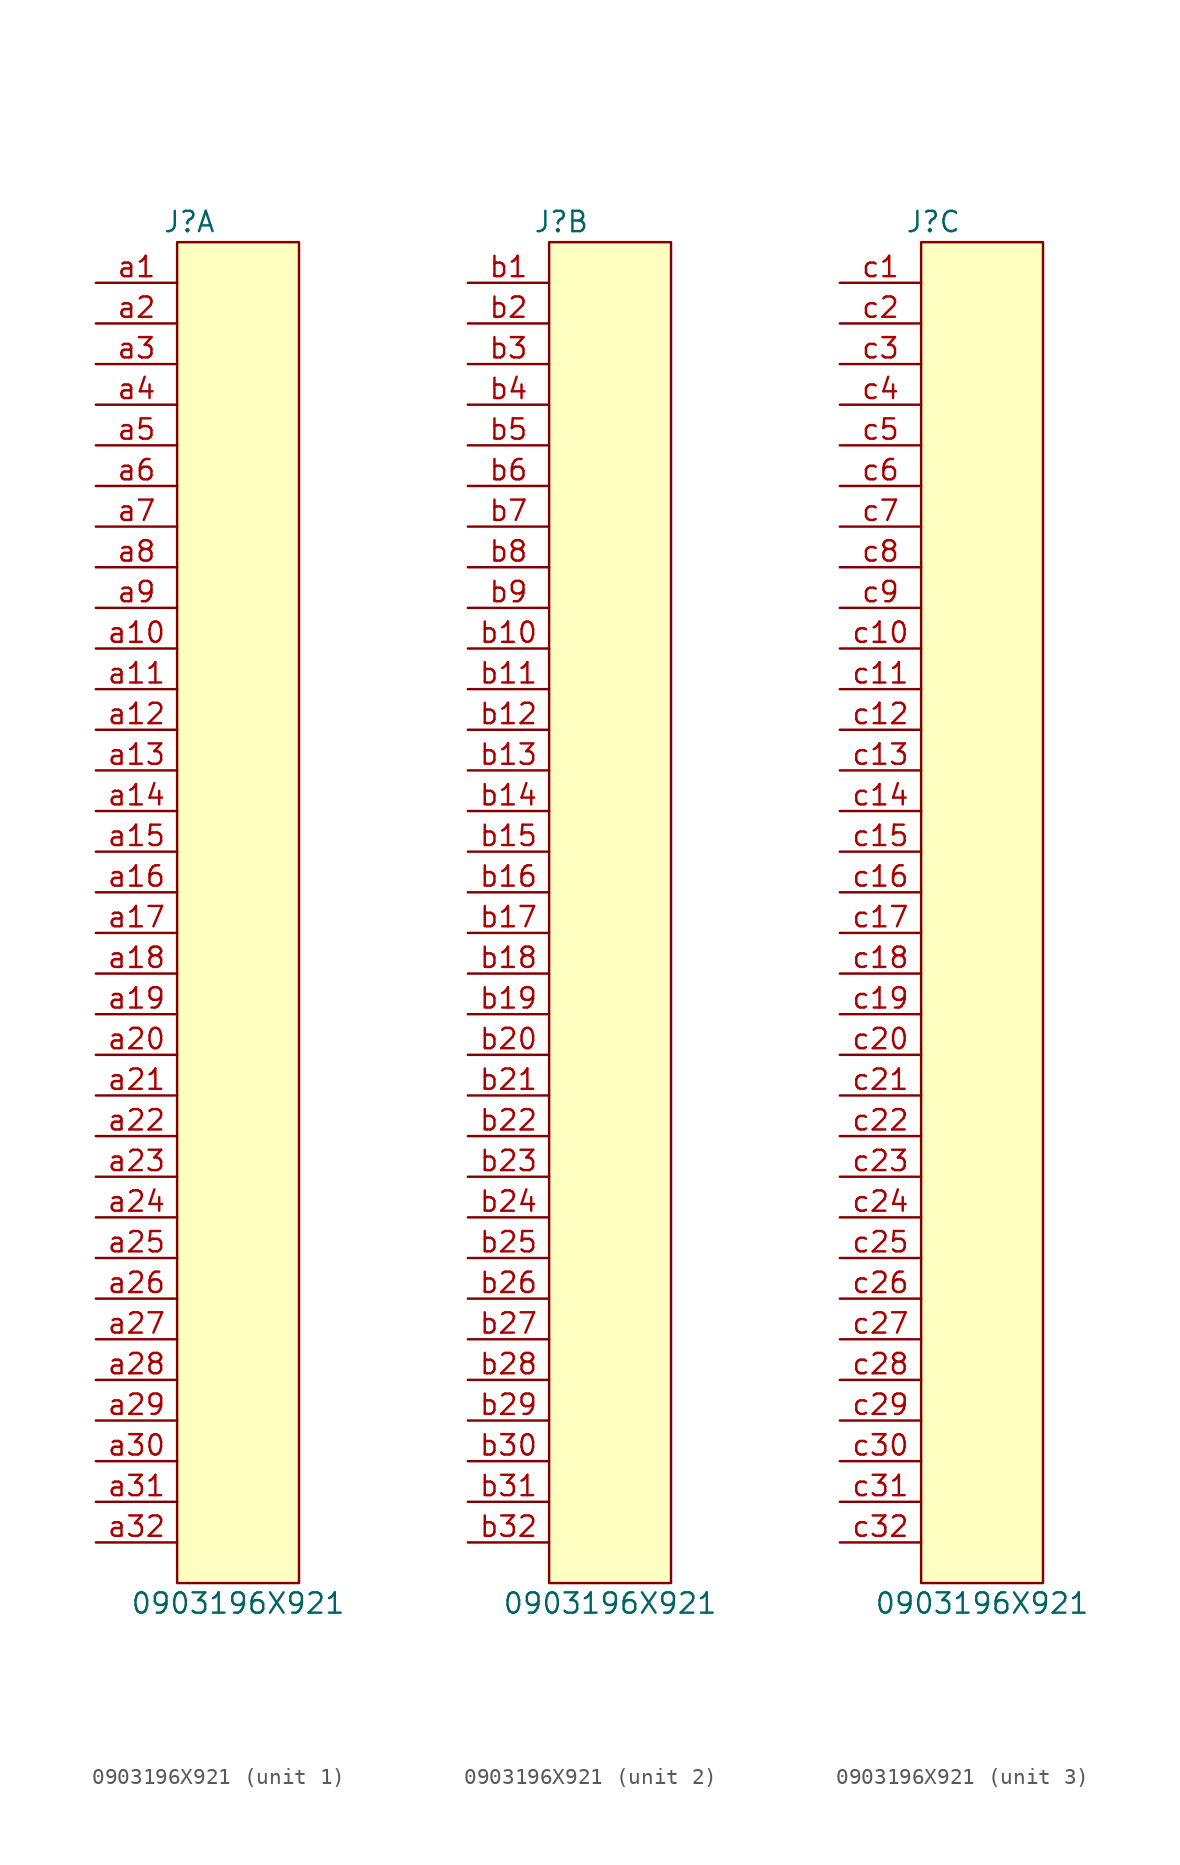
<source format=kicad_sym>
(kicad_symbol_lib
  (version 20241209)
  (generator "kicad_symbol_editor")
  (generator_version "9.0")
  (symbol "0903196X921"
    (pin_names
      (hide yes))
    (property "Reference" "J"
      (at 0.762 1.27 0)
      (effects (font (size 1.27 1.27))))
    (property "Value" "0903196X921"
      (at 3.81 -85.09 0)
      (effects (font (size 1.27 1.27))))
    (property "ki_locked" ""
      (at 0 0 0)
      (effects (font (size 1.27 1.27))))
    (symbol "0903196X921_0_1"
      (rectangle (start 0 0) (end 7.62 -83.82) (stroke (width 0) (type solid)) (fill (type background))))
    (symbol "0903196X921_1_0"
      (pin passive line (at -5.08 -2.54 0) (length 5.08) (name "a1" (effects (font (size 1.27 1.27)))) (number "a1" (effects (font (size 1.27 1.27)))))
      (pin passive line (at -5.08 -5.08 0) (length 5.08) (name "a2" (effects (font (size 1.27 1.27)))) (number "a2" (effects (font (size 1.27 1.27)))))
      (pin passive line (at -5.08 -7.62 0) (length 5.08) (name "a3" (effects (font (size 1.27 1.27)))) (number "a3" (effects (font (size 1.27 1.27)))))
      (pin passive line (at -5.08 -10.16 0) (length 5.08) (name "a4" (effects (font (size 1.27 1.27)))) (number "a4" (effects (font (size 1.27 1.27)))))
      (pin passive line (at -5.08 -12.7 0) (length 5.08) (name "a5" (effects (font (size 1.27 1.27)))) (number "a5" (effects (font (size 1.27 1.27)))))
      (pin passive line (at -5.08 -15.24 0) (length 5.08) (name "a6" (effects (font (size 1.27 1.27)))) (number "a6" (effects (font (size 1.27 1.27)))))
      (pin passive line (at -5.08 -17.78 0) (length 5.08) (name "a7" (effects (font (size 1.27 1.27)))) (number "a7" (effects (font (size 1.27 1.27)))))
      (pin passive line (at -5.08 -20.32 0) (length 5.08) (name "a8" (effects (font (size 1.27 1.27)))) (number "a8" (effects (font (size 1.27 1.27)))))
      (pin passive line (at -5.08 -22.86 0) (length 5.08) (name "a9" (effects (font (size 1.27 1.27)))) (number "a9" (effects (font (size 1.27 1.27)))))
      (pin passive line (at -5.08 -25.4 0) (length 5.08) (name "a10" (effects (font (size 1.27 1.27)))) (number "a10" (effects (font (size 1.27 1.27)))))
      (pin passive line (at -5.08 -27.94 0) (length 5.08) (name "a11" (effects (font (size 1.27 1.27)))) (number "a11" (effects (font (size 1.27 1.27)))))
      (pin passive line (at -5.08 -30.48 0) (length 5.08) (name "a12" (effects (font (size 1.27 1.27)))) (number "a12" (effects (font (size 1.27 1.27)))))
      (pin passive line (at -5.08 -33.02 0) (length 5.08) (name "a13" (effects (font (size 1.27 1.27)))) (number "a13" (effects (font (size 1.27 1.27)))))
      (pin passive line (at -5.08 -35.56 0) (length 5.08) (name "a14" (effects (font (size 1.27 1.27)))) (number "a14" (effects (font (size 1.27 1.27)))))
      (pin passive line (at -5.08 -38.1 0) (length 5.08) (name "a15" (effects (font (size 1.27 1.27)))) (number "a15" (effects (font (size 1.27 1.27)))))
      (pin passive line (at -5.08 -40.64 0) (length 5.08) (name "a16" (effects (font (size 1.27 1.27)))) (number "a16" (effects (font (size 1.27 1.27)))))
      (pin passive line (at -5.08 -43.18 0) (length 5.08) (name "a17" (effects (font (size 1.27 1.27)))) (number "a17" (effects (font (size 1.27 1.27)))))
      (pin passive line (at -5.08 -45.72 0) (length 5.08) (name "a18" (effects (font (size 1.27 1.27)))) (number "a18" (effects (font (size 1.27 1.27)))))
      (pin passive line (at -5.08 -48.26 0) (length 5.08) (name "a19" (effects (font (size 1.27 1.27)))) (number "a19" (effects (font (size 1.27 1.27)))))
      (pin passive line (at -5.08 -50.8 0) (length 5.08) (name "a20" (effects (font (size 1.27 1.27)))) (number "a20" (effects (font (size 1.27 1.27)))))
      (pin passive line (at -5.08 -53.34 0) (length 5.08) (name "a21" (effects (font (size 1.27 1.27)))) (number "a21" (effects (font (size 1.27 1.27)))))
      (pin passive line (at -5.08 -55.88 0) (length 5.08) (name "a22" (effects (font (size 1.27 1.27)))) (number "a22" (effects (font (size 1.27 1.27)))))
      (pin passive line (at -5.08 -58.42 0) (length 5.08) (name "a23" (effects (font (size 1.27 1.27)))) (number "a23" (effects (font (size 1.27 1.27)))))
      (pin passive line (at -5.08 -60.96 0) (length 5.08) (name "a24" (effects (font (size 1.27 1.27)))) (number "a24" (effects (font (size 1.27 1.27)))))
      (pin passive line (at -5.08 -63.5 0) (length 5.08) (name "a25" (effects (font (size 1.27 1.27)))) (number "a25" (effects (font (size 1.27 1.27)))))
      (pin passive line (at -5.08 -66.04 0) (length 5.08) (name "a26" (effects (font (size 1.27 1.27)))) (number "a26" (effects (font (size 1.27 1.27)))))
      (pin passive line (at -5.08 -68.58 0) (length 5.08) (name "a27" (effects (font (size 1.27 1.27)))) (number "a27" (effects (font (size 1.27 1.27)))))
      (pin passive line (at -5.08 -71.12 0) (length 5.08) (name "a28" (effects (font (size 1.27 1.27)))) (number "a28" (effects (font (size 1.27 1.27)))))
      (pin passive line (at -5.08 -73.66 0) (length 5.08) (name "a29" (effects (font (size 1.27 1.27)))) (number "a29" (effects (font (size 1.27 1.27)))))
      (pin passive line (at -5.08 -76.2 0) (length 5.08) (name "a30" (effects (font (size 1.27 1.27)))) (number "a30" (effects (font (size 1.27 1.27)))))
      (pin passive line (at -5.08 -78.74 0) (length 5.08) (name "a31" (effects (font (size 1.27 1.27)))) (number "a31" (effects (font (size 1.27 1.27)))))
      (pin passive line (at -5.08 -81.28 0) (length 5.08) (name "a32" (effects (font (size 1.27 1.27)))) (number "a32" (effects (font (size 1.27 1.27))))))
    (symbol "0903196X921_2_0"
      (pin passive line (at -5.08 -2.54 0) (length 5.08) (name "b1" (effects (font (size 1.27 1.27)))) (number "b1" (effects (font (size 1.27 1.27)))))
      (pin passive line (at -5.08 -5.08 0) (length 5.08) (name "b2" (effects (font (size 1.27 1.27)))) (number "b2" (effects (font (size 1.27 1.27)))))
      (pin passive line (at -5.08 -7.62 0) (length 5.08) (name "b3" (effects (font (size 1.27 1.27)))) (number "b3" (effects (font (size 1.27 1.27)))))
      (pin passive line (at -5.08 -10.16 0) (length 5.08) (name "b4" (effects (font (size 1.27 1.27)))) (number "b4" (effects (font (size 1.27 1.27)))))
      (pin passive line (at -5.08 -12.7 0) (length 5.08) (name "b5" (effects (font (size 1.27 1.27)))) (number "b5" (effects (font (size 1.27 1.27)))))
      (pin passive line (at -5.08 -15.24 0) (length 5.08) (name "b6" (effects (font (size 1.27 1.27)))) (number "b6" (effects (font (size 1.27 1.27)))))
      (pin passive line (at -5.08 -17.78 0) (length 5.08) (name "b7" (effects (font (size 1.27 1.27)))) (number "b7" (effects (font (size 1.27 1.27)))))
      (pin passive line (at -5.08 -20.32 0) (length 5.08) (name "b8" (effects (font (size 1.27 1.27)))) (number "b8" (effects (font (size 1.27 1.27)))))
      (pin passive line (at -5.08 -22.86 0) (length 5.08) (name "b9" (effects (font (size 1.27 1.27)))) (number "b9" (effects (font (size 1.27 1.27)))))
      (pin passive line (at -5.08 -25.4 0) (length 5.08) (name "b10" (effects (font (size 1.27 1.27)))) (number "b10" (effects (font (size 1.27 1.27)))))
      (pin passive line (at -5.08 -27.94 0) (length 5.08) (name "b11" (effects (font (size 1.27 1.27)))) (number "b11" (effects (font (size 1.27 1.27)))))
      (pin passive line (at -5.08 -30.48 0) (length 5.08) (name "b12" (effects (font (size 1.27 1.27)))) (number "b12" (effects (font (size 1.27 1.27)))))
      (pin passive line (at -5.08 -33.02 0) (length 5.08) (name "b13" (effects (font (size 1.27 1.27)))) (number "b13" (effects (font (size 1.27 1.27)))))
      (pin passive line (at -5.08 -35.56 0) (length 5.08) (name "b14" (effects (font (size 1.27 1.27)))) (number "b14" (effects (font (size 1.27 1.27)))))
      (pin passive line (at -5.08 -38.1 0) (length 5.08) (name "b15" (effects (font (size 1.27 1.27)))) (number "b15" (effects (font (size 1.27 1.27)))))
      (pin passive line (at -5.08 -40.64 0) (length 5.08) (name "b16" (effects (font (size 1.27 1.27)))) (number "b16" (effects (font (size 1.27 1.27)))))
      (pin passive line (at -5.08 -43.18 0) (length 5.08) (name "b17" (effects (font (size 1.27 1.27)))) (number "b17" (effects (font (size 1.27 1.27)))))
      (pin passive line (at -5.08 -45.72 0) (length 5.08) (name "b18" (effects (font (size 1.27 1.27)))) (number "b18" (effects (font (size 1.27 1.27)))))
      (pin passive line (at -5.08 -48.26 0) (length 5.08) (name "b19" (effects (font (size 1.27 1.27)))) (number "b19" (effects (font (size 1.27 1.27)))))
      (pin passive line (at -5.08 -50.8 0) (length 5.08) (name "b20" (effects (font (size 1.27 1.27)))) (number "b20" (effects (font (size 1.27 1.27)))))
      (pin passive line (at -5.08 -53.34 0) (length 5.08) (name "b21" (effects (font (size 1.27 1.27)))) (number "b21" (effects (font (size 1.27 1.27)))))
      (pin passive line (at -5.08 -55.88 0) (length 5.08) (name "b22" (effects (font (size 1.27 1.27)))) (number "b22" (effects (font (size 1.27 1.27)))))
      (pin passive line (at -5.08 -58.42 0) (length 5.08) (name "b23" (effects (font (size 1.27 1.27)))) (number "b23" (effects (font (size 1.27 1.27)))))
      (pin passive line (at -5.08 -60.96 0) (length 5.08) (name "b24" (effects (font (size 1.27 1.27)))) (number "b24" (effects (font (size 1.27 1.27)))))
      (pin passive line (at -5.08 -63.5 0) (length 5.08) (name "b25" (effects (font (size 1.27 1.27)))) (number "b25" (effects (font (size 1.27 1.27)))))
      (pin passive line (at -5.08 -66.04 0) (length 5.08) (name "b26" (effects (font (size 1.27 1.27)))) (number "b26" (effects (font (size 1.27 1.27)))))
      (pin passive line (at -5.08 -68.58 0) (length 5.08) (name "b26" (effects (font (size 1.27 1.27)))) (number "b27" (effects (font (size 1.27 1.27)))))
      (pin passive line (at -5.08 -71.12 0) (length 5.08) (name "b28" (effects (font (size 1.27 1.27)))) (number "b28" (effects (font (size 1.27 1.27)))))
      (pin passive line (at -5.08 -73.66 0) (length 5.08) (name "b29" (effects (font (size 1.27 1.27)))) (number "b29" (effects (font (size 1.27 1.27)))))
      (pin passive line (at -5.08 -76.2 0) (length 5.08) (name "b30" (effects (font (size 1.27 1.27)))) (number "b30" (effects (font (size 1.27 1.27)))))
      (pin passive line (at -5.08 -78.74 0) (length 5.08) (name "b31" (effects (font (size 1.27 1.27)))) (number "b31" (effects (font (size 1.27 1.27)))))
      (pin passive line (at -5.08 -81.28 0) (length 5.08) (name "b32" (effects (font (size 1.27 1.27)))) (number "b32" (effects (font (size 1.27 1.27))))))
    (symbol "0903196X921_3_0"
      (pin passive line (at -5.08 -2.54 0) (length 5.08) (name "c1" (effects (font (size 1.27 1.27)))) (number "c1" (effects (font (size 1.27 1.27)))))
      (pin passive line (at -5.08 -5.08 0) (length 5.08) (name "c2" (effects (font (size 1.27 1.27)))) (number "c2" (effects (font (size 1.27 1.27)))))
      (pin passive line (at -5.08 -7.62 0) (length 5.08) (name "c3" (effects (font (size 1.27 1.27)))) (number "c3" (effects (font (size 1.27 1.27)))))
      (pin passive line (at -5.08 -10.16 0) (length 5.08) (name "c4" (effects (font (size 1.27 1.27)))) (number "c4" (effects (font (size 1.27 1.27)))))
      (pin passive line (at -5.08 -12.7 0) (length 5.08) (name "c5" (effects (font (size 1.27 1.27)))) (number "c5" (effects (font (size 1.27 1.27)))))
      (pin passive line (at -5.08 -15.24 0) (length 5.08) (name "c6" (effects (font (size 1.27 1.27)))) (number "c6" (effects (font (size 1.27 1.27)))))
      (pin passive line (at -5.08 -17.78 0) (length 5.08) (name "c7" (effects (font (size 1.27 1.27)))) (number "c7" (effects (font (size 1.27 1.27)))))
      (pin passive line (at -5.08 -20.32 0) (length 5.08) (name "c8" (effects (font (size 1.27 1.27)))) (number "c8" (effects (font (size 1.27 1.27)))))
      (pin passive line (at -5.08 -22.86 0) (length 5.08) (name "c9" (effects (font (size 1.27 1.27)))) (number "c9" (effects (font (size 1.27 1.27)))))
      (pin passive line (at -5.08 -25.4 0) (length 5.08) (name "c10" (effects (font (size 1.27 1.27)))) (number "c10" (effects (font (size 1.27 1.27)))))
      (pin passive line (at -5.08 -27.94 0) (length 5.08) (name "c11" (effects (font (size 1.27 1.27)))) (number "c11" (effects (font (size 1.27 1.27)))))
      (pin passive line (at -5.08 -30.48 0) (length 5.08) (name "c12" (effects (font (size 1.27 1.27)))) (number "c12" (effects (font (size 1.27 1.27)))))
      (pin passive line (at -5.08 -33.02 0) (length 5.08) (name "c13" (effects (font (size 1.27 1.27)))) (number "c13" (effects (font (size 1.27 1.27)))))
      (pin passive line (at -5.08 -35.56 0) (length 5.08) (name "c14" (effects (font (size 1.27 1.27)))) (number "c14" (effects (font (size 1.27 1.27)))))
      (pin passive line (at -5.08 -38.1 0) (length 5.08) (name "c15" (effects (font (size 1.27 1.27)))) (number "c15" (effects (font (size 1.27 1.27)))))
      (pin passive line (at -5.08 -40.64 0) (length 5.08) (name "c16" (effects (font (size 1.27 1.27)))) (number "c16" (effects (font (size 1.27 1.27)))))
      (pin passive line (at -5.08 -43.18 0) (length 5.08) (name "c17" (effects (font (size 1.27 1.27)))) (number "c17" (effects (font (size 1.27 1.27)))))
      (pin passive line (at -5.08 -45.72 0) (length 5.08) (name "c18" (effects (font (size 1.27 1.27)))) (number "c18" (effects (font (size 1.27 1.27)))))
      (pin passive line (at -5.08 -48.26 0) (length 5.08) (name "c19" (effects (font (size 1.27 1.27)))) (number "c19" (effects (font (size 1.27 1.27)))))
      (pin passive line (at -5.08 -50.8 0) (length 5.08) (name "c20" (effects (font (size 1.27 1.27)))) (number "c20" (effects (font (size 1.27 1.27)))))
      (pin passive line (at -5.08 -53.34 0) (length 5.08) (name "c21" (effects (font (size 1.27 1.27)))) (number "c21" (effects (font (size 1.27 1.27)))))
      (pin passive line (at -5.08 -55.88 0) (length 5.08) (name "c22" (effects (font (size 1.27 1.27)))) (number "c22" (effects (font (size 1.27 1.27)))))
      (pin passive line (at -5.08 -58.42 0) (length 5.08) (name "c23" (effects (font (size 1.27 1.27)))) (number "c23" (effects (font (size 1.27 1.27)))))
      (pin passive line (at -5.08 -60.96 0) (length 5.08) (name "c24" (effects (font (size 1.27 1.27)))) (number "c24" (effects (font (size 1.27 1.27)))))
      (pin passive line (at -5.08 -63.5 0) (length 5.08) (name "c25" (effects (font (size 1.27 1.27)))) (number "c25" (effects (font (size 1.27 1.27)))))
      (pin passive line (at -5.08 -66.04 0) (length 5.08) (name "c26" (effects (font (size 1.27 1.27)))) (number "c26" (effects (font (size 1.27 1.27)))))
      (pin passive line (at -5.08 -68.58 0) (length 5.08) (name "c27" (effects (font (size 1.27 1.27)))) (number "c27" (effects (font (size 1.27 1.27)))))
      (pin passive line (at -5.08 -71.12 0) (length 5.08) (name "c28" (effects (font (size 1.27 1.27)))) (number "c28" (effects (font (size 1.27 1.27)))))
      (pin passive line (at -5.08 -73.66 0) (length 5.08) (name "c29" (effects (font (size 1.27 1.27)))) (number "c29" (effects (font (size 1.27 1.27)))))
      (pin passive line (at -5.08 -76.2 0) (length 5.08) (name "c30" (effects (font (size 1.27 1.27)))) (number "c30" (effects (font (size 1.27 1.27)))))
      (pin passive line (at -5.08 -78.74 0) (length 5.08) (name "c31" (effects (font (size 1.27 1.27)))) (number "c31" (effects (font (size 1.27 1.27)))))
      (pin passive line (at -5.08 -81.28 0) (length 5.08) (name "c32" (effects (font (size 1.27 1.27)))) (number "c32" (effects (font (size 1.27 1.27))))))))
</source>
